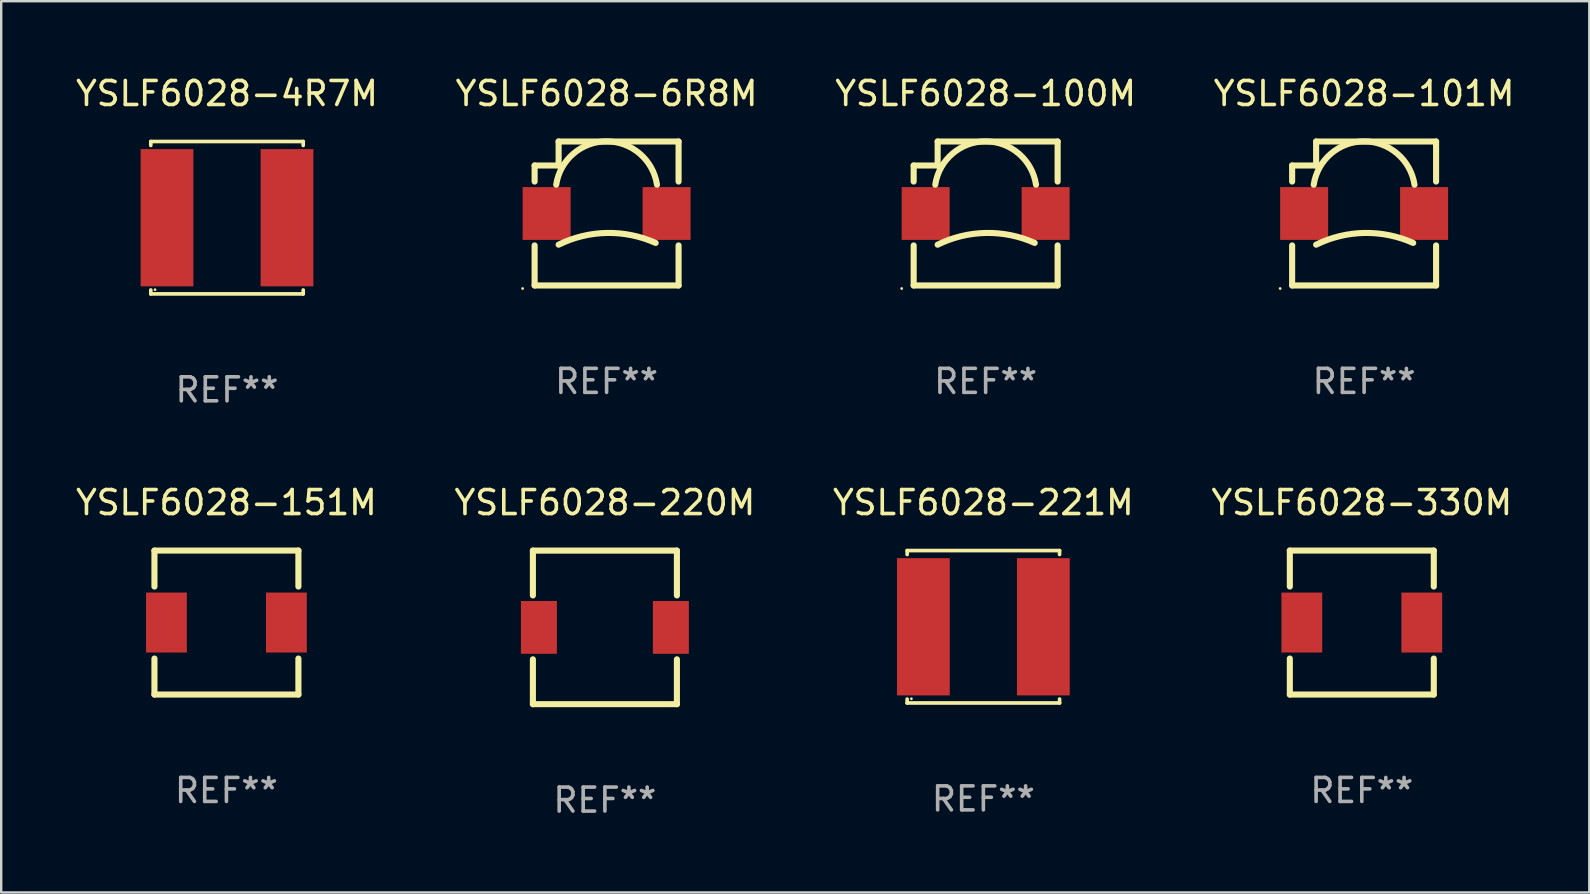
<source format=kicad_pcb>
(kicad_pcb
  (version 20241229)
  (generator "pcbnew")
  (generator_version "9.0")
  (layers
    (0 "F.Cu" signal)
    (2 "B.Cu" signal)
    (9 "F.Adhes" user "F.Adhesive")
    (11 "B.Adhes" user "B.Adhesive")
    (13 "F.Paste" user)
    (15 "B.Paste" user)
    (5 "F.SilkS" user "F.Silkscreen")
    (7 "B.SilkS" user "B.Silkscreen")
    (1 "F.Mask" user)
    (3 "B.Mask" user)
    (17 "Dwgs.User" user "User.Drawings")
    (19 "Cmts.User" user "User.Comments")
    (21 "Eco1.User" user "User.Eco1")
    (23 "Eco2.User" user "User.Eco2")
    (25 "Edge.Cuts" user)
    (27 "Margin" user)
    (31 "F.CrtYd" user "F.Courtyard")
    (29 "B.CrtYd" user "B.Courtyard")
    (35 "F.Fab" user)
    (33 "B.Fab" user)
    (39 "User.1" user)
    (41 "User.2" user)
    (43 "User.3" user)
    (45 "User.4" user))
  (footprint "YSLF6028-6R8M"
    (layer "F.Cu")
    (at 22.232 5.848)
    (property "Reference" "YSLF6028-6R8M" (at 0 -5 0) (layer "F.SilkS") (effects (font (size 1 1) (thickness 0.15))))
    (attr through_hole)
    (fp_line (start -3 -2) (end -3 -1.331) (stroke (width 0.254) (type solid)) (layer "F.SilkS"))
    (fp_line (start -3 -2) (end -2 -2) (stroke (width 0.254) (type solid)) (layer "F.SilkS"))
    (fp_line (start -3 1.331) (end -3 3) (stroke (width 0.254) (type solid)) (layer "F.SilkS"))
    (fp_line (start -3 3) (end 3 3) (stroke (width 0.254) (type solid)) (layer "F.SilkS"))
    (fp_line (start -2 -3) (end 3 -3) (stroke (width 0.254) (type solid)) (layer "F.SilkS"))
    (fp_line (start -2 -2) (end -2 -3) (stroke (width 0.254) (type solid)) (layer "F.SilkS"))
    (fp_line (start 3 -1.331) (end 3 -3) (stroke (width 0.254) (type solid)) (layer "F.SilkS"))
    (fp_line (start 3 3) (end 3 1.331) (stroke (width 0.254) (type solid)) (layer "F.SilkS"))
    (fp_arc (start -2.100013 -1.2) (mid -0.000013 -3.005372) (end 2.099987 -1.2) (stroke (width 0.254001) (type solid)) (layer "F.SilkS"))
    (fp_arc (start -2.000013 1.3) (mid 0.01457 0.811114) (end 2.045428 1.227254) (stroke (width 0.254001) (type solid)) (layer "F.SilkS"))
    (fp_circle (center -3.5 3.127) (end -3.47 3.127) (stroke (width 0.06) (type solid)) (fill no) (layer "F.SilkS"))
    (fp_text user "REF**" (at 0 7 0) (layer "F.Fab") (effects (font (size 1 1) (thickness 0.15))))
    (pad "1" smd rect (at -2.5 0) (size 2 2.2) (layers "F.Cu" "F.Mask" "F.Paste"))
    (pad "2" smd rect (at 2.5 0) (size 2 2.2) (layers "F.Cu" "F.Mask" "F.Paste")))
  (footprint "YSLF6028-330M"
    (layer "F.Cu")
    (at 53.708 22.897)
    (property "Reference" "YSLF6028-330M" (at 0 -5 0) (layer "F.SilkS") (effects (font (size 1 1) (thickness 0.15))))
    (attr through_hole)
    (fp_line (start -3 -3) (end 3 -3) (stroke (width 0.254) (type solid)) (layer "F.SilkS"))
    (fp_line (start -3 -1.5) (end -3 -3) (stroke (width 0.254) (type solid)) (layer "F.SilkS"))
    (fp_line (start -3 1.5) (end -3 3) (stroke (width 0.254) (type solid)) (layer "F.SilkS"))
    (fp_line (start -3 3) (end 3 3) (stroke (width 0.254) (type solid)) (layer "F.SilkS"))
    (fp_line (start 3 -3) (end 3 -1.5) (stroke (width 0.254) (type solid)) (layer "F.SilkS"))
    (fp_line (start 3 3) (end 3 1.5) (stroke (width 0.254) (type solid)) (layer "F.SilkS"))
    (fp_circle (center -3 3) (end -2.97 3) (stroke (width 0.06) (type solid)) (fill no) (layer "F.SilkS"))
    (fp_text user "REF**" (at 0 7 0) (layer "F.Fab") (effects (font (size 1 1) (thickness 0.15))))
    (pad "1" smd rect (at -2.5 0 270) (size 2.5 1.7) (layers "F.Cu" "F.Mask" "F.Paste"))
    (pad "2" smd rect (at 2.5 0 270) (size 2.5 1.7) (layers "F.Cu" "F.Mask" "F.Paste")))
  (footprint "YSLF6028-101M"
    (layer "F.Cu")
    (at 53.804 5.848)
    (property "Reference" "YSLF6028-101M" (at 0 -5 0) (layer "F.SilkS") (effects (font (size 1 1) (thickness 0.15))))
    (attr through_hole)
    (fp_line (start -3 -2) (end -3 -1.331) (stroke (width 0.254) (type solid)) (layer "F.SilkS"))
    (fp_line (start -3 -2) (end -2 -2) (stroke (width 0.254) (type solid)) (layer "F.SilkS"))
    (fp_line (start -3 1.331) (end -3 3) (stroke (width 0.254) (type solid)) (layer "F.SilkS"))
    (fp_line (start -3 3) (end 3 3) (stroke (width 0.254) (type solid)) (layer "F.SilkS"))
    (fp_line (start -2 -3) (end 3 -3) (stroke (width 0.254) (type solid)) (layer "F.SilkS"))
    (fp_line (start -2 -2) (end -2 -3) (stroke (width 0.254) (type solid)) (layer "F.SilkS"))
    (fp_line (start 3 -1.331) (end 3 -3) (stroke (width 0.254) (type solid)) (layer "F.SilkS"))
    (fp_line (start 3 3) (end 3 1.331) (stroke (width 0.254) (type solid)) (layer "F.SilkS"))
    (fp_arc (start -2.100013 -1.2) (mid -0.000013 -3.005372) (end 2.099987 -1.2) (stroke (width 0.254001) (type solid)) (layer "F.SilkS"))
    (fp_arc (start -2.000013 1.3) (mid 0.01457 0.811114) (end 2.045428 1.227254) (stroke (width 0.254001) (type solid)) (layer "F.SilkS"))
    (fp_circle (center -3.5 3.127) (end -3.47 3.127) (stroke (width 0.06) (type solid)) (fill no) (layer "F.SilkS"))
    (fp_text user "REF**" (at 0 7 0) (layer "F.Fab") (effects (font (size 1 1) (thickness 0.15))))
    (pad "1" smd rect (at -2.5 0) (size 2 2.2) (layers "F.Cu" "F.Mask" "F.Paste"))
    (pad "2" smd rect (at 2.5 0) (size 2 2.2) (layers "F.Cu" "F.Mask" "F.Paste")))
  (footprint "YSLF6028-220M"
    (layer "F.Cu")
    (at 22.161 23.098)
    (property "Reference" "YSLF6028-220M" (at 0 -5.2 0) (layer "F.SilkS") (effects (font (size 1 1) (thickness 0.15))))
    (attr through_hole)
    (fp_line (start -3.001 -3.2) (end -3.001 -1.331) (stroke (width 0.254) (type solid)) (layer "F.SilkS"))
    (fp_line (start -3.001 -3.2) (end 3.001 -3.2) (stroke (width 0.254) (type solid)) (layer "F.SilkS"))
    (fp_line (start -3.001 1.331) (end -3.001 3.2) (stroke (width 0.254) (type solid)) (layer "F.SilkS"))
    (fp_line (start -3.001 3.2) (end 3.001 3.2) (stroke (width 0.254) (type solid)) (layer "F.SilkS"))
    (fp_line (start 3.001 -3.2) (end 3.001 -1.331) (stroke (width 0.254) (type solid)) (layer "F.SilkS"))
    (fp_line (start 3.001 1.331) (end 3.001 3.2) (stroke (width 0.254) (type solid)) (layer "F.SilkS"))
    (fp_circle (center -3 3) (end -2.97 3) (stroke (width 0.06) (type solid)) (fill no) (layer "F.SilkS"))
    (fp_text user "REF**" (at 0 7.2 0) (layer "F.Fab") (effects (font (size 1 1) (thickness 0.15))))
    (pad "1" smd rect (at -2.75 0) (size 1.5 2.2) (layers "F.Cu" "F.Mask" "F.Paste"))
    (pad "2" smd rect (at 2.75 0) (size 1.5 2.2) (layers "F.Cu" "F.Mask" "F.Paste")))
  (footprint "YSLF6028-221M"
    (layer "F.Cu")
    (at 37.935 23.073)
    (property "Reference" "YSLF6028-221M" (at 0 -5.176 0) (layer "F.SilkS") (effects (font (size 1 1) (thickness 0.15))))
    (attr through_hole)
    (fp_line (start -3.176 -3.176) (end 3.176 -3.176) (stroke (width 0.152) (type solid)) (layer "F.SilkS"))
    (fp_line (start -3.176 -3.012) (end -3.176 -3.176) (stroke (width 0.152) (type solid)) (layer "F.SilkS"))
    (fp_line (start -3.176 3.012) (end -3.176 3.176) (stroke (width 0.152) (type solid)) (layer "F.SilkS"))
    (fp_line (start -3.176 3.176) (end 3.176 3.176) (stroke (width 0.152) (type solid)) (layer "F.SilkS"))
    (fp_line (start 3.176 -3.176) (end 3.176 -3.012) (stroke (width 0.152) (type solid)) (layer "F.SilkS"))
    (fp_line (start 3.176 3.176) (end 3.176 3.012) (stroke (width 0.152) (type solid)) (layer "F.SilkS"))
    (fp_circle (center -3 3) (end -2.97 3) (stroke (width 0.06) (type solid)) (fill no) (layer "F.SilkS"))
    (fp_text user "REF**" (at 0 7.176 0) (layer "F.Fab") (effects (font (size 1 1) (thickness 0.15))))
    (pad "1" smd rect (at -2.5 0) (size 2.2 5.72) (layers "F.Cu" "F.Mask" "F.Paste"))
    (pad "2" smd rect (at 2.5 0) (size 2.2 5.72) (layers "F.Cu" "F.Mask" "F.Paste")))
  (footprint "YSLF6028-151M"
    (layer "F.Cu")
    (at 6.387 22.897)
    (property "Reference" "YSLF6028-151M" (at 0 -5 0) (layer "F.SilkS") (effects (font (size 1 1) (thickness 0.15))))
    (attr through_hole)
    (fp_line (start -3 -3) (end 3 -3) (stroke (width 0.254) (type solid)) (layer "F.SilkS"))
    (fp_line (start -3 -1.5) (end -3 -3) (stroke (width 0.254) (type solid)) (layer "F.SilkS"))
    (fp_line (start -3 1.5) (end -3 3) (stroke (width 0.254) (type solid)) (layer "F.SilkS"))
    (fp_line (start -3 3) (end 3 3) (stroke (width 0.254) (type solid)) (layer "F.SilkS"))
    (fp_line (start 3 -3) (end 3 -1.5) (stroke (width 0.254) (type solid)) (layer "F.SilkS"))
    (fp_line (start 3 3) (end 3 1.5) (stroke (width 0.254) (type solid)) (layer "F.SilkS"))
    (fp_circle (center -3 3) (end -2.97 3) (stroke (width 0.06) (type solid)) (fill no) (layer "F.SilkS"))
    (fp_text user "REF**" (at 0 7 0) (layer "F.Fab") (effects (font (size 1 1) (thickness 0.15))))
    (pad "1" smd rect (at -2.5 0 270) (size 2.5 1.7) (layers "F.Cu" "F.Mask" "F.Paste"))
    (pad "2" smd rect (at 2.5 0 270) (size 2.5 1.7) (layers "F.Cu" "F.Mask" "F.Paste")))
  (footprint "YSLF6028-4R7M"
    (layer "F.Cu")
    (at 6.411 6.024)
    (property "Reference" "YSLF6028-4R7M" (at 0 -5.176 0) (layer "F.SilkS") (effects (font (size 1 1) (thickness 0.15))))
    (attr through_hole)
    (fp_line (start -3.176 -3.176) (end 3.176 -3.176) (stroke (width 0.152) (type solid)) (layer "F.SilkS"))
    (fp_line (start -3.176 -3.012) (end -3.176 -3.176) (stroke (width 0.152) (type solid)) (layer "F.SilkS"))
    (fp_line (start -3.176 3.012) (end -3.176 3.176) (stroke (width 0.152) (type solid)) (layer "F.SilkS"))
    (fp_line (start -3.176 3.176) (end 3.176 3.176) (stroke (width 0.152) (type solid)) (layer "F.SilkS"))
    (fp_line (start 3.176 -3.176) (end 3.176 -3.012) (stroke (width 0.152) (type solid)) (layer "F.SilkS"))
    (fp_line (start 3.176 3.176) (end 3.176 3.012) (stroke (width 0.152) (type solid)) (layer "F.SilkS"))
    (fp_circle (center -3 3) (end -2.97 3) (stroke (width 0.06) (type solid)) (fill no) (layer "F.SilkS"))
    (fp_text user "REF**" (at 0 7.176 0) (layer "F.Fab") (effects (font (size 1 1) (thickness 0.15))))
    (pad "1" smd rect (at -2.5 0) (size 2.2 5.72) (layers "F.Cu" "F.Mask" "F.Paste"))
    (pad "2" smd rect (at 2.5 0) (size 2.2 5.72) (layers "F.Cu" "F.Mask" "F.Paste")))
  (footprint "YSLF6028-100M"
    (layer "F.Cu")
    (at 38.03 5.848)
    (property "Reference" "YSLF6028-100M" (at 0 -5 0) (layer "F.SilkS") (effects (font (size 1 1) (thickness 0.15))))
    (attr through_hole)
    (fp_line (start -3 -2) (end -3 -1.331) (stroke (width 0.254) (type solid)) (layer "F.SilkS"))
    (fp_line (start -3 -2) (end -2 -2) (stroke (width 0.254) (type solid)) (layer "F.SilkS"))
    (fp_line (start -3 1.331) (end -3 3) (stroke (width 0.254) (type solid)) (layer "F.SilkS"))
    (fp_line (start -3 3) (end 3 3) (stroke (width 0.254) (type solid)) (layer "F.SilkS"))
    (fp_line (start -2 -3) (end 3 -3) (stroke (width 0.254) (type solid)) (layer "F.SilkS"))
    (fp_line (start -2 -2) (end -2 -3) (stroke (width 0.254) (type solid)) (layer "F.SilkS"))
    (fp_line (start 3 -1.331) (end 3 -3) (stroke (width 0.254) (type solid)) (layer "F.SilkS"))
    (fp_line (start 3 3) (end 3 1.331) (stroke (width 0.254) (type solid)) (layer "F.SilkS"))
    (fp_arc (start -2.100013 -1.2) (mid -0.000013 -3.005372) (end 2.099987 -1.2) (stroke (width 0.254001) (type solid)) (layer "F.SilkS"))
    (fp_arc (start -2.000013 1.3) (mid 0.01457 0.811114) (end 2.045428 1.227254) (stroke (width 0.254001) (type solid)) (layer "F.SilkS"))
    (fp_circle (center -3.5 3.127) (end -3.47 3.127) (stroke (width 0.06) (type solid)) (fill no) (layer "F.SilkS"))
    (fp_text user "REF**" (at 0 7 0) (layer "F.Fab") (effects (font (size 1 1) (thickness 0.15))))
    (pad "1" smd rect (at -2.5 0) (size 2 2.2) (layers "F.Cu" "F.Mask" "F.Paste"))
    (pad "2" smd rect (at 2.5 0) (size 2 2.2) (layers "F.Cu" "F.Mask" "F.Paste")))
  (gr_rect
    (start -3 -3)
    (end 63.19 34.146)
    (stroke (width 0.1) (type default))
    (fill no)
    (layer "Edge.Cuts")))
</source>
